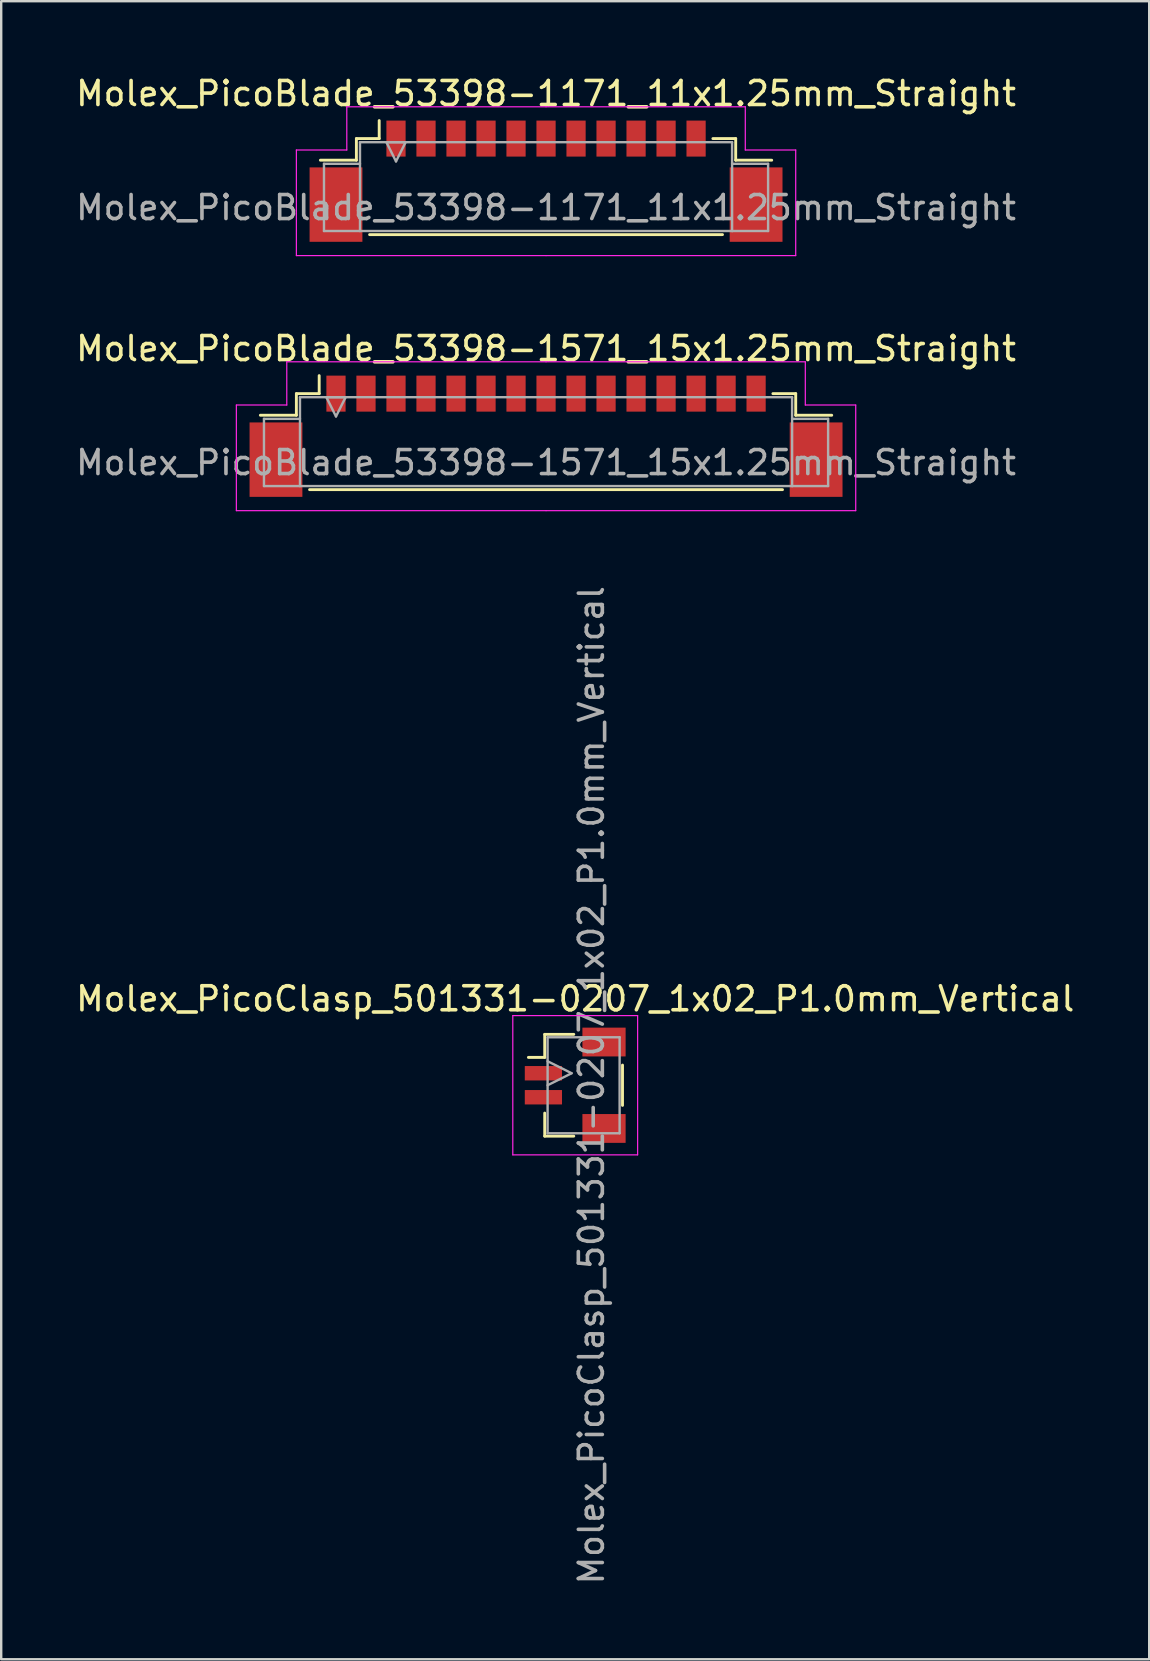
<source format=kicad_pcb>
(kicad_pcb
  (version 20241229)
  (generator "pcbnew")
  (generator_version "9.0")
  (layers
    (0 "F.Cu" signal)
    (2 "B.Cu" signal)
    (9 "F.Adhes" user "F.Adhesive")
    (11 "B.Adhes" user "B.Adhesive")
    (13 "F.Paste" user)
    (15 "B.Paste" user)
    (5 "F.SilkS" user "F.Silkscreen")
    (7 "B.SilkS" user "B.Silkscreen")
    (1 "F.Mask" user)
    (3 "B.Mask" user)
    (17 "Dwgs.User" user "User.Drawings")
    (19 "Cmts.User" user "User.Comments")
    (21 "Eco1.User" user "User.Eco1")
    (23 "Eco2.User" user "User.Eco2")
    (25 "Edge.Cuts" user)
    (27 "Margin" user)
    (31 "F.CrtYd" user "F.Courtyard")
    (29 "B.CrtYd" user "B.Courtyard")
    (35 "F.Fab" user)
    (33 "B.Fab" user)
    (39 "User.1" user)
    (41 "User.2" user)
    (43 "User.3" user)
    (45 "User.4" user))
  (footprint "Molex_PicoBlade_53398-1571_15x1.25mm_Straight"
    (layer "F.Cu")
    (at 19.696 14.722)
    (property "Reference" "Molex_PicoBlade_53398-1571_15x1.25mm_Straight" (at 0 -3.25 0) (layer "F.SilkS") (effects (font (size 1 1) (thickness 0.15))))
    (attr smd)
    (fp_line (start -10.4 -1.375) (end -10.4 -0.475) (stroke (width 0.12) (type solid)) (layer "F.SilkS"))
    (fp_line (start -10.4 -0.475) (end -11.9 -0.475) (stroke (width 0.12) (type solid)) (layer "F.SilkS"))
    (fp_line (start -9.85 2.625) (end 9.85 2.625) (stroke (width 0.12) (type solid)) (layer "F.SilkS"))
    (fp_line (start -9.45 -1.375) (end -10.4 -1.375) (stroke (width 0.12) (type solid)) (layer "F.SilkS"))
    (fp_line (start -9.45 -1.375) (end -9.45 -2.125) (stroke (width 0.12) (type solid)) (layer "F.SilkS"))
    (fp_line (start 9.45 -1.375) (end 10.4 -1.375) (stroke (width 0.12) (type solid)) (layer "F.SilkS"))
    (fp_line (start 10.4 -1.375) (end 10.4 -0.475) (stroke (width 0.12) (type solid)) (layer "F.SilkS"))
    (fp_line (start 10.4 -0.475) (end 11.9 -0.475) (stroke (width 0.12) (type solid)) (layer "F.SilkS"))
    (fp_line (start -12.9 -0.9) (end -12.9 3.5) (stroke (width 0.05) (type solid)) (layer "F.CrtYd"))
    (fp_line (start -12.9 3.5) (end 0 3.5) (stroke (width 0.05) (type solid)) (layer "F.CrtYd"))
    (fp_line (start -10.8 -2.7) (end -10.8 -0.9) (stroke (width 0.05) (type solid)) (layer "F.CrtYd"))
    (fp_line (start -10.8 -0.9) (end -12.9 -0.9) (stroke (width 0.05) (type solid)) (layer "F.CrtYd"))
    (fp_line (start 0 -2.7) (end -10.8 -2.7) (stroke (width 0.05) (type solid)) (layer "F.CrtYd"))
    (fp_line (start 0 -2.7) (end 10.8 -2.7) (stroke (width 0.05) (type solid)) (layer "F.CrtYd"))
    (fp_line (start 10.8 -2.7) (end 10.8 -0.9) (stroke (width 0.05) (type solid)) (layer "F.CrtYd"))
    (fp_line (start 10.8 -0.9) (end 12.9 -0.9) (stroke (width 0.05) (type solid)) (layer "F.CrtYd"))
    (fp_line (start 12.9 -0.9) (end 12.9 3.5) (stroke (width 0.05) (type solid)) (layer "F.CrtYd"))
    (fp_line (start 12.9 3.5) (end 0 3.5) (stroke (width 0.05) (type solid)) (layer "F.CrtYd"))
    (fp_line (start -11.75 -0.325) (end -10.25 -0.325) (stroke (width 0.1) (type solid)) (layer "F.Fab"))
    (fp_line (start -11.75 2.475) (end -11.75 -0.325) (stroke (width 0.1) (type solid)) (layer "F.Fab"))
    (fp_line (start -10.25 -1.225) (end -10.25 2.475) (stroke (width 0.1) (type solid)) (layer "F.Fab"))
    (fp_line (start -10.25 2.475) (end -11.75 2.475) (stroke (width 0.1) (type solid)) (layer "F.Fab"))
    (fp_line (start -10.25 2.475) (end 10.25 2.475) (stroke (width 0.1) (type solid)) (layer "F.Fab"))
    (fp_line (start -9.15 -1.225) (end -8.75 -0.425) (stroke (width 0.1) (type solid)) (layer "F.Fab"))
    (fp_line (start -8.75 -0.425) (end -8.35 -1.225) (stroke (width 0.1) (type solid)) (layer "F.Fab"))
    (fp_line (start -8.35 -1.225) (end -9.15 -1.225) (stroke (width 0.1) (type solid)) (layer "F.Fab"))
    (fp_line (start 10.25 -1.225) (end -10.25 -1.225) (stroke (width 0.1) (type solid)) (layer "F.Fab"))
    (fp_line (start 10.25 2.475) (end 10.25 -1.225) (stroke (width 0.1) (type solid)) (layer "F.Fab"))
    (fp_line (start 10.25 2.475) (end 11.75 2.475) (stroke (width 0.1) (type solid)) (layer "F.Fab"))
    (fp_line (start 11.75 -0.325) (end 10.25 -0.325) (stroke (width 0.1) (type solid)) (layer "F.Fab"))
    (fp_line (start 11.75 2.475) (end 11.75 -0.325) (stroke (width 0.1) (type solid)) (layer "F.Fab"))
    (fp_text user "${REFERENCE}" (at 0 1.5 0) (layer "F.Fab") (effects (font (size 1 1) (thickness 0.15))))
    (pad "" smd rect (at -11.25 1.375) (size 2.2 3.1) (layers "F.Cu" "F.Mask" "F.Paste"))
    (pad "" smd rect (at 11.25 1.375) (size 2.2 3.1) (layers "F.Cu" "F.Mask" "F.Paste"))
    (pad "1" smd rect (at -8.75 -1.375) (size 0.8 1.5) (layers "F.Cu" "F.Mask" "F.Paste"))
    (pad "2" smd rect (at -7.5 -1.375) (size 0.8 1.5) (layers "F.Cu" "F.Mask" "F.Paste"))
    (pad "3" smd rect (at -6.25 -1.375) (size 0.8 1.5) (layers "F.Cu" "F.Mask" "F.Paste"))
    (pad "4" smd rect (at -5 -1.375) (size 0.8 1.5) (layers "F.Cu" "F.Mask" "F.Paste"))
    (pad "5" smd rect (at -3.75 -1.375) (size 0.8 1.5) (layers "F.Cu" "F.Mask" "F.Paste"))
    (pad "6" smd rect (at -2.5 -1.375) (size 0.8 1.5) (layers "F.Cu" "F.Mask" "F.Paste"))
    (pad "7" smd rect (at -1.25 -1.375) (size 0.8 1.5) (layers "F.Cu" "F.Mask" "F.Paste"))
    (pad "8" smd rect (at 0 -1.375) (size 0.8 1.5) (layers "F.Cu" "F.Mask" "F.Paste"))
    (pad "9" smd rect (at 1.25 -1.375) (size 0.8 1.5) (layers "F.Cu" "F.Mask" "F.Paste"))
    (pad "10" smd rect (at 2.5 -1.375) (size 0.8 1.5) (layers "F.Cu" "F.Mask" "F.Paste"))
    (pad "11" smd rect (at 3.75 -1.375) (size 0.8 1.5) (layers "F.Cu" "F.Mask" "F.Paste"))
    (pad "12" smd rect (at 5 -1.375) (size 0.8 1.5) (layers "F.Cu" "F.Mask" "F.Paste"))
    (pad "13" smd rect (at 6.25 -1.375) (size 0.8 1.5) (layers "F.Cu" "F.Mask" "F.Paste"))
    (pad "14" smd rect (at 7.5 -1.375) (size 0.8 1.5) (layers "F.Cu" "F.Mask" "F.Paste"))
    (pad "15" smd rect (at 8.75 -1.375) (size 0.8 1.5) (layers "F.Cu" "F.Mask" "F.Paste")))
  (footprint "Molex_PicoClasp_501331-0207_1x02_P1.0mm_Vertical"
    (layer "F.Cu")
    (at 20.911 42.157)
    (property "Reference" "Molex_PicoClasp_501331-0207_1x02_P1.0mm_Vertical" (at 0 -3.6 0) (layer "F.SilkS") (effects (font (size 1 1) (thickness 0.15))))
    (attr smd)
    (fp_line (start -1.95 -1.16) (end -1.27 -1.16) (stroke (width 0.12) (type solid)) (layer "F.SilkS"))
    (fp_line (start -1.27 -2.12) (end -0.06 -2.12) (stroke (width 0.12) (type solid)) (layer "F.SilkS"))
    (fp_line (start -1.27 -1.16) (end -1.27 -2.12) (stroke (width 0.12) (type solid)) (layer "F.SilkS"))
    (fp_line (start -1.27 1.16) (end -1.27 2.12) (stroke (width 0.12) (type solid)) (layer "F.SilkS"))
    (fp_line (start -1.27 2.12) (end -0.06 2.12) (stroke (width 0.12) (type solid)) (layer "F.SilkS"))
    (fp_line (start 1.97 -0.84) (end 1.97 0.84) (stroke (width 0.12) (type solid)) (layer "F.SilkS"))
    (fp_line (start -2.6 -2.9) (end -2.6 2.9) (stroke (width 0.05) (type solid)) (layer "F.CrtYd"))
    (fp_line (start -2.6 2.9) (end 2.6 2.9) (stroke (width 0.05) (type solid)) (layer "F.CrtYd"))
    (fp_line (start 2.6 -2.9) (end -2.6 -2.9) (stroke (width 0.05) (type solid)) (layer "F.CrtYd"))
    (fp_line (start 2.6 2.9) (end 2.6 -2.9) (stroke (width 0.05) (type solid)) (layer "F.CrtYd"))
    (fp_line (start -1.15 -2) (end -1.15 2) (stroke (width 0.1) (type solid)) (layer "F.Fab"))
    (fp_line (start -1.15 0) (end -0.15 -0.5) (stroke (width 0.1) (type solid)) (layer "F.Fab"))
    (fp_line (start -1.15 2) (end 1.85 2) (stroke (width 0.1) (type solid)) (layer "F.Fab"))
    (fp_line (start -0.15 -0.5) (end -1.15 -1) (stroke (width 0.1) (type solid)) (layer "F.Fab"))
    (fp_line (start 1.85 -2) (end -1.15 -2) (stroke (width 0.1) (type solid)) (layer "F.Fab"))
    (fp_line (start 1.85 2) (end 1.85 -2) (stroke (width 0.1) (type solid)) (layer "F.Fab"))
    (fp_text user "${REFERENCE}" (at 0.675 0 90) (layer "F.Fab") (effects (font (size 1 1) (thickness 0.15))))
    (pad "" smd rect (at 1.2 -1.8) (size 1.8 1.2) (layers "F.Cu" "F.Mask" "F.Paste"))
    (pad "" smd rect (at 1.2 1.8) (size 1.8 1.2) (layers "F.Cu" "F.Mask" "F.Paste"))
    (pad "1" smd rect (at -1.325 -0.5) (size 1.55 0.6) (layers "F.Cu" "F.Mask" "F.Paste"))
    (pad "2" smd rect (at -1.325 0.5) (size 1.55 0.6) (layers "F.Cu" "F.Mask" "F.Paste")))
  (footprint "Molex_PicoBlade_53398-1171_11x1.25mm_Straight"
    (layer "F.Cu")
    (at 19.696 4.098)
    (property "Reference" "Molex_PicoBlade_53398-1171_11x1.25mm_Straight" (at 0 -3.25 0) (layer "F.SilkS") (effects (font (size 1 1) (thickness 0.15))))
    (attr smd)
    (fp_line (start -7.9 -1.375) (end -7.9 -0.475) (stroke (width 0.12) (type solid)) (layer "F.SilkS"))
    (fp_line (start -7.9 -0.475) (end -9.4 -0.475) (stroke (width 0.12) (type solid)) (layer "F.SilkS"))
    (fp_line (start -7.35 2.625) (end 7.35 2.625) (stroke (width 0.12) (type solid)) (layer "F.SilkS"))
    (fp_line (start -6.95 -1.375) (end -7.9 -1.375) (stroke (width 0.12) (type solid)) (layer "F.SilkS"))
    (fp_line (start -6.95 -1.375) (end -6.95 -2.125) (stroke (width 0.12) (type solid)) (layer "F.SilkS"))
    (fp_line (start 6.95 -1.375) (end 7.9 -1.375) (stroke (width 0.12) (type solid)) (layer "F.SilkS"))
    (fp_line (start 7.9 -1.375) (end 7.9 -0.475) (stroke (width 0.12) (type solid)) (layer "F.SilkS"))
    (fp_line (start 7.9 -0.475) (end 9.4 -0.475) (stroke (width 0.12) (type solid)) (layer "F.SilkS"))
    (fp_line (start -10.4 -0.9) (end -10.4 3.5) (stroke (width 0.05) (type solid)) (layer "F.CrtYd"))
    (fp_line (start -10.4 3.5) (end 0 3.5) (stroke (width 0.05) (type solid)) (layer "F.CrtYd"))
    (fp_line (start -8.3 -2.7) (end -8.3 -0.9) (stroke (width 0.05) (type solid)) (layer "F.CrtYd"))
    (fp_line (start -8.3 -0.9) (end -10.4 -0.9) (stroke (width 0.05) (type solid)) (layer "F.CrtYd"))
    (fp_line (start 0 -2.7) (end -8.3 -2.7) (stroke (width 0.05) (type solid)) (layer "F.CrtYd"))
    (fp_line (start 0 -2.7) (end 8.3 -2.7) (stroke (width 0.05) (type solid)) (layer "F.CrtYd"))
    (fp_line (start 8.3 -2.7) (end 8.3 -0.9) (stroke (width 0.05) (type solid)) (layer "F.CrtYd"))
    (fp_line (start 8.3 -0.9) (end 10.4 -0.9) (stroke (width 0.05) (type solid)) (layer "F.CrtYd"))
    (fp_line (start 10.4 -0.9) (end 10.4 3.5) (stroke (width 0.05) (type solid)) (layer "F.CrtYd"))
    (fp_line (start 10.4 3.5) (end 0 3.5) (stroke (width 0.05) (type solid)) (layer "F.CrtYd"))
    (fp_line (start -9.25 -0.325) (end -7.75 -0.325) (stroke (width 0.1) (type solid)) (layer "F.Fab"))
    (fp_line (start -9.25 2.475) (end -9.25 -0.325) (stroke (width 0.1) (type solid)) (layer "F.Fab"))
    (fp_line (start -7.75 -1.225) (end -7.75 2.475) (stroke (width 0.1) (type solid)) (layer "F.Fab"))
    (fp_line (start -7.75 2.475) (end -9.25 2.475) (stroke (width 0.1) (type solid)) (layer "F.Fab"))
    (fp_line (start -7.75 2.475) (end 7.75 2.475) (stroke (width 0.1) (type solid)) (layer "F.Fab"))
    (fp_line (start -6.65 -1.225) (end -6.25 -0.425) (stroke (width 0.1) (type solid)) (layer "F.Fab"))
    (fp_line (start -6.25 -0.425) (end -5.85 -1.225) (stroke (width 0.1) (type solid)) (layer "F.Fab"))
    (fp_line (start -5.85 -1.225) (end -6.65 -1.225) (stroke (width 0.1) (type solid)) (layer "F.Fab"))
    (fp_line (start 7.75 -1.225) (end -7.75 -1.225) (stroke (width 0.1) (type solid)) (layer "F.Fab"))
    (fp_line (start 7.75 2.475) (end 7.75 -1.225) (stroke (width 0.1) (type solid)) (layer "F.Fab"))
    (fp_line (start 7.75 2.475) (end 9.25 2.475) (stroke (width 0.1) (type solid)) (layer "F.Fab"))
    (fp_line (start 9.25 -0.325) (end 7.75 -0.325) (stroke (width 0.1) (type solid)) (layer "F.Fab"))
    (fp_line (start 9.25 2.475) (end 9.25 -0.325) (stroke (width 0.1) (type solid)) (layer "F.Fab"))
    (fp_text user "${REFERENCE}" (at 0 1.5 0) (layer "F.Fab") (effects (font (size 1 1) (thickness 0.15))))
    (pad "" smd rect (at -8.75 1.375) (size 2.2 3.1) (layers "F.Cu" "F.Mask" "F.Paste"))
    (pad "" smd rect (at 8.75 1.375) (size 2.2 3.1) (layers "F.Cu" "F.Mask" "F.Paste"))
    (pad "1" smd rect (at -6.25 -1.375) (size 0.8 1.5) (layers "F.Cu" "F.Mask" "F.Paste"))
    (pad "2" smd rect (at -5 -1.375) (size 0.8 1.5) (layers "F.Cu" "F.Mask" "F.Paste"))
    (pad "3" smd rect (at -3.75 -1.375) (size 0.8 1.5) (layers "F.Cu" "F.Mask" "F.Paste"))
    (pad "4" smd rect (at -2.5 -1.375) (size 0.8 1.5) (layers "F.Cu" "F.Mask" "F.Paste"))
    (pad "5" smd rect (at -1.25 -1.375) (size 0.8 1.5) (layers "F.Cu" "F.Mask" "F.Paste"))
    (pad "6" smd rect (at 0 -1.375) (size 0.8 1.5) (layers "F.Cu" "F.Mask" "F.Paste"))
    (pad "7" smd rect (at 1.25 -1.375) (size 0.8 1.5) (layers "F.Cu" "F.Mask" "F.Paste"))
    (pad "8" smd rect (at 2.5 -1.375) (size 0.8 1.5) (layers "F.Cu" "F.Mask" "F.Paste"))
    (pad "9" smd rect (at 3.75 -1.375) (size 0.8 1.5) (layers "F.Cu" "F.Mask" "F.Paste"))
    (pad "10" smd rect (at 5 -1.375) (size 0.8 1.5) (layers "F.Cu" "F.Mask" "F.Paste"))
    (pad "11" smd rect (at 6.25 -1.375) (size 0.8 1.5) (layers "F.Cu" "F.Mask" "F.Paste")))
  (gr_rect
    (start -3 -3)
    (end 44.821 66.068)
    (stroke (width 0.1) (type default))
    (fill no)
    (layer "Edge.Cuts")))
</source>
